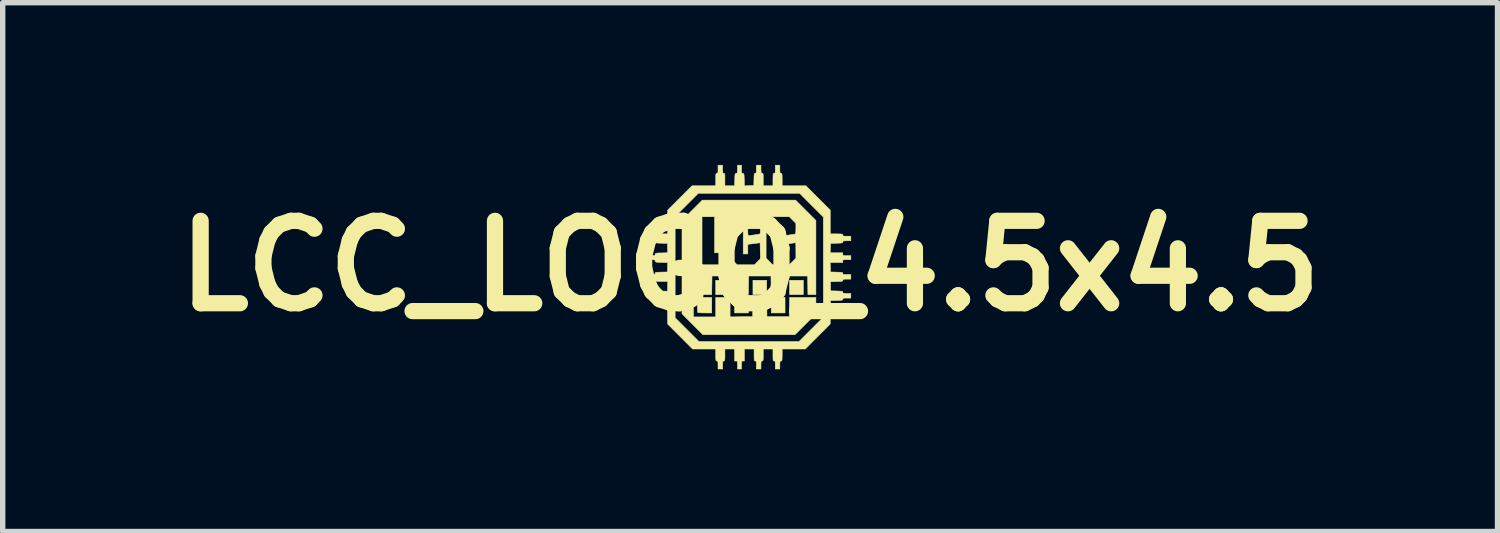
<source format=kicad_pcb>
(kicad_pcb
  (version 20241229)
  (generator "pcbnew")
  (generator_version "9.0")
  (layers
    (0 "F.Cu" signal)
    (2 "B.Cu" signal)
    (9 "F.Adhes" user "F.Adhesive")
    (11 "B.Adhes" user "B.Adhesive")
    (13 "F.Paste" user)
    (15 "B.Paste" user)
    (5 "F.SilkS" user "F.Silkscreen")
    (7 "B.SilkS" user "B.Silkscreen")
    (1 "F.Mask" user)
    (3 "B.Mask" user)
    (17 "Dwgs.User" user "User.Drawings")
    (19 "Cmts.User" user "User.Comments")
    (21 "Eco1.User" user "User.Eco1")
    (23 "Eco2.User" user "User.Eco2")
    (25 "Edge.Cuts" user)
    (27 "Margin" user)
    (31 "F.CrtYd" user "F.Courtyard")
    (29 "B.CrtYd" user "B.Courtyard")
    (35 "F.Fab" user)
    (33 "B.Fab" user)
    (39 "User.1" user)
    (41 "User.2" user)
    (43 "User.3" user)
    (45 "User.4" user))
  (footprint "LCC_LOGO_4.5x4.5"
    (layer "F.Cu")
    (at 10.82 1.868)
    (property "Reference" "LCC_LOGO_4.5x4.5" (at 0 0 0) (layer "F.SilkS") (effects (font (size 1.524 1.524) (thickness 0.3))))
    (attr through_hole)
    (fp_poly (pts (xy -0.37 0.529) (xy -0.635 0.529) (xy -0.635 0.265) (xy -0.37 0.265) (xy -0.37 0.529)) (stroke (width 0.01) (type solid)) (fill yes) (layer "F.SilkS"))
    (fp_poly (pts (xy -0.032 0.868) (xy -0.286 0.868) (xy -0.286 0.582) (xy -0.032 0.582) (xy -0.032 0.868)) (stroke (width 0.01) (type solid)) (fill yes) (layer "F.SilkS"))
    (fp_poly (pts (xy 0.307 0.529) (xy 0.053 0.529) (xy 0.053 0.265) (xy 0.307 0.265) (xy 0.307 0.529)) (stroke (width 0.01) (type solid)) (fill yes) (layer "F.SilkS"))
    (fp_poly (pts (xy 0.646 0.868) (xy 0.392 0.868) (xy 0.392 0.582) (xy 0.646 0.582) (xy 0.646 0.868)) (stroke (width 0.01) (type solid)) (fill yes) (layer "F.SilkS"))
    (fp_poly (pts (xy 0.984 0.529) (xy 0.73 0.529) (xy 0.73 0.265) (xy 0.984 0.265) (xy 0.984 0.529)) (stroke (width 0.01) (type solid)) (fill yes) (layer "F.SilkS"))
    (fp_poly (pts (xy -0.709 0.868) (xy -0.834 0.868) (xy -0.884 0.867) (xy -0.925 0.866) (xy -0.954 0.863) (xy -0.967 0.861) (xy -0.969 0.848) (xy -0.971 0.818) (xy -0.973 0.776) (xy -0.974 0.725) (xy -0.974 0.718) (xy -0.974 0.582) (xy -0.709 0.582) (xy -0.709 0.868)) (stroke (width 0.01) (type solid)) (fill yes) (layer "F.SilkS"))
    (fp_poly (pts (xy -1.048 0.942) (xy -0.635 0.942) (xy -0.635 0.582) (xy -0.37 0.582) (xy -0.37 0.942) (xy -0.161 0.939) (xy 0.048 0.937) (xy 0.051 0.759) (xy 0.053 0.582) (xy 0.306 0.582) (xy 0.312 0.937) (xy 0.725 0.937) (xy 0.728 0.759) (xy 0.731 0.582) (xy 1.217 0.582) (xy 1.217 0.884) (xy 1.024 1.077) (xy 0.831 1.27) (xy -0.873 1.27) (xy -1.066 1.077) (xy -1.259 0.883) (xy -1.259 0.582) (xy -1.048 0.582) (xy -1.048 0.942)) (stroke (width 0.01) (type solid)) (fill yes) (layer "F.SilkS"))
    (fp_poly (pts (xy 1.029 -1.029) (xy 1.217 -0.841) (xy 1.217 0.529) (xy 1.069 0.529) (xy 1.067 0.357) (xy 1.064 0.185) (xy 0.651 0.185) (xy 0.645 0.529) (xy 0.392 0.529) (xy 0.386 0.185) (xy -0.026 0.185) (xy -0.032 0.529) (xy -0.285 0.529) (xy -0.291 0.185) (xy -0.704 0.185) (xy -0.71 0.529) (xy -1.259 0.529) (xy -1.259 -0.841) (xy -1.19 -0.91) (xy -0.889 -0.91) (xy -0.889 -0.021) (xy -0.455 -0.021) (xy -0.455 -0.243) (xy -0.656 -0.243) (xy -0.656 -0.788) (xy -0.36 -0.788) (xy -0.36 -0.143) (xy -0.239 -0.021) (xy 0.08 -0.021) (xy 0.136 -0.077) (xy 0.191 -0.134) (xy 0.188 -0.281) (xy 0.185 -0.429) (xy 0.071 -0.414) (xy -0.042 -0.4) (xy -0.042 -0.222) (xy -0.127 -0.222) (xy -0.127 -0.709) (xy -0.042 -0.709) (xy -0.042 -0.635) (xy -0.041 -0.598) (xy -0.038 -0.572) (xy -0.033 -0.561) (xy -0.033 -0.561) (xy -0.015 -0.562) (xy 0.016 -0.566) (xy 0.056 -0.571) (xy 0.098 -0.577) (xy 0.135 -0.582) (xy 0.161 -0.587) (xy 0.167 -0.588) (xy 0.178 -0.592) (xy 0.185 -0.6) (xy 0.189 -0.616) (xy 0.19 -0.646) (xy 0.191 -0.69) (xy 0.191 -0.788) (xy 0.179 -0.8) (xy 0.296 -0.8) (xy 0.296 -0.143) (xy 0.417 -0.021) (xy 0.724 -0.021) (xy 0.847 -0.142) (xy 0.847 -0.289) (xy 0.846 -0.347) (xy 0.846 -0.387) (xy 0.844 -0.413) (xy 0.84 -0.426) (xy 0.835 -0.431) (xy 0.828 -0.43) (xy 0.81 -0.426) (xy 0.776 -0.421) (xy 0.734 -0.415) (xy 0.712 -0.412) (xy 0.614 -0.399) (xy 0.614 -0.222) (xy 0.529 -0.222) (xy 0.529 -0.709) (xy 0.614 -0.709) (xy 0.614 -0.635) (xy 0.615 -0.598) (xy 0.618 -0.572) (xy 0.623 -0.561) (xy 0.624 -0.561) (xy 0.641 -0.562) (xy 0.672 -0.566) (xy 0.712 -0.571) (xy 0.754 -0.577) (xy 0.791 -0.582) (xy 0.817 -0.587) (xy 0.823 -0.588) (xy 0.834 -0.592) (xy 0.841 -0.6) (xy 0.845 -0.616) (xy 0.846 -0.646) (xy 0.847 -0.69) (xy 0.847 -0.788) (xy 0.726 -0.91) (xy 0.408 -0.91) (xy 0.296 -0.8) (xy 0.179 -0.8) (xy 0.069 -0.91) (xy -0.239 -0.91) (xy -0.36 -0.788) (xy -0.656 -0.788) (xy -0.656 -0.91) (xy -0.889 -0.91) (xy -1.19 -0.91) (xy -1.072 -1.029) (xy -0.884 -1.217) (xy 0.842 -1.217) (xy 1.029 -1.029)) (stroke (width 0.01) (type solid)) (fill yes) (layer "F.SilkS"))
    (fp_poly (pts (xy -0.508 -1.789) (xy -0.507 -1.75) (xy -0.505 -1.727) (xy -0.499 -1.717) (xy -0.489 -1.715) (xy -0.487 -1.714) (xy -0.478 -1.713) (xy -0.471 -1.707) (xy -0.468 -1.691) (xy -0.466 -1.664) (xy -0.466 -1.62) (xy -0.466 -1.598) (xy -0.466 -1.482) (xy -0.286 -1.482) (xy -0.283 -1.595) (xy -0.282 -1.646) (xy -0.28 -1.679) (xy -0.276 -1.698) (xy -0.271 -1.708) (xy -0.262 -1.712) (xy -0.257 -1.713) (xy -0.244 -1.716) (xy -0.237 -1.725) (xy -0.234 -1.745) (xy -0.233 -1.78) (xy -0.233 -1.789) (xy -0.233 -1.863) (xy -0.159 -1.863) (xy -0.159 -1.789) (xy -0.158 -1.751) (xy -0.156 -1.728) (xy -0.149 -1.717) (xy -0.138 -1.713) (xy -0.135 -1.713) (xy -0.124 -1.71) (xy -0.117 -1.703) (xy -0.113 -1.688) (xy -0.11 -1.662) (xy -0.109 -1.619) (xy -0.108 -1.595) (xy -0.105 -1.481) (xy 0.069 -1.487) (xy 0.072 -1.601) (xy 0.073 -1.651) (xy 0.076 -1.684) (xy 0.079 -1.703) (xy 0.085 -1.712) (xy 0.093 -1.714) (xy 0.096 -1.714) (xy 0.107 -1.717) (xy 0.113 -1.726) (xy 0.116 -1.747) (xy 0.116 -1.784) (xy 0.116 -1.789) (xy 0.116 -1.863) (xy 0.201 -1.863) (xy 0.201 -1.789) (xy 0.202 -1.75) (xy 0.204 -1.727) (xy 0.21 -1.717) (xy 0.221 -1.715) (xy 0.222 -1.714) (xy 0.232 -1.713) (xy 0.238 -1.707) (xy 0.241 -1.691) (xy 0.243 -1.664) (xy 0.243 -1.62) (xy 0.243 -1.598) (xy 0.243 -1.482) (xy 0.423 -1.482) (xy 0.423 -1.598) (xy 0.424 -1.649) (xy 0.425 -1.682) (xy 0.428 -1.702) (xy 0.433 -1.711) (xy 0.441 -1.714) (xy 0.445 -1.714) (xy 0.456 -1.716) (xy 0.462 -1.726) (xy 0.465 -1.746) (xy 0.466 -1.783) (xy 0.466 -1.789) (xy 0.466 -1.863) (xy 0.55 -1.863) (xy 0.55 -1.789) (xy 0.551 -1.75) (xy 0.553 -1.727) (xy 0.559 -1.717) (xy 0.57 -1.715) (xy 0.572 -1.714) (xy 0.581 -1.713) (xy 0.587 -1.707) (xy 0.59 -1.691) (xy 0.592 -1.664) (xy 0.593 -1.62) (xy 0.593 -1.598) (xy 0.593 -1.482) (xy 1.032 -1.482) (xy 1.257 -1.257) (xy 1.482 -1.032) (xy 1.482 -0.593) (xy 1.598 -0.593) (xy 1.649 -0.592) (xy 1.682 -0.591) (xy 1.702 -0.588) (xy 1.711 -0.583) (xy 1.714 -0.575) (xy 1.714 -0.572) (xy 1.716 -0.56) (xy 1.726 -0.554) (xy 1.746 -0.551) (xy 1.783 -0.55) (xy 1.789 -0.55) (xy 1.863 -0.55) (xy 1.863 -0.466) (xy 1.789 -0.466) (xy 1.75 -0.465) (xy 1.727 -0.462) (xy 1.717 -0.457) (xy 1.715 -0.446) (xy 1.714 -0.445) (xy 1.713 -0.436) (xy 1.706 -0.429) (xy 1.689 -0.425) (xy 1.66 -0.423) (xy 1.614 -0.421) (xy 1.601 -0.421) (xy 1.487 -0.418) (xy 1.484 -0.331) (xy 1.481 -0.243) (xy 1.714 -0.243) (xy 1.714 -0.217) (xy 1.716 -0.203) (xy 1.722 -0.195) (xy 1.738 -0.192) (xy 1.769 -0.191) (xy 1.789 -0.191) (xy 1.863 -0.191) (xy 1.863 -0.116) (xy 1.789 -0.116) (xy 1.75 -0.116) (xy 1.728 -0.114) (xy 1.718 -0.108) (xy 1.715 -0.097) (xy 1.714 -0.09) (xy 1.714 -0.064) (xy 1.481 -0.064) (xy 1.484 0.024) (xy 1.487 0.111) (xy 1.601 0.114) (xy 1.651 0.116) (xy 1.684 0.118) (xy 1.703 0.121) (xy 1.712 0.127) (xy 1.714 0.136) (xy 1.714 0.138) (xy 1.717 0.149) (xy 1.726 0.155) (xy 1.747 0.158) (xy 1.784 0.159) (xy 1.789 0.159) (xy 1.863 0.159) (xy 1.863 0.243) (xy 1.789 0.243) (xy 1.75 0.244) (xy 1.727 0.247) (xy 1.717 0.253) (xy 1.715 0.263) (xy 1.714 0.264) (xy 1.713 0.273) (xy 1.706 0.28) (xy 1.689 0.284) (xy 1.66 0.286) (xy 1.614 0.288) (xy 1.601 0.288) (xy 1.487 0.291) (xy 1.487 0.46) (xy 1.601 0.463) (xy 1.651 0.465) (xy 1.684 0.467) (xy 1.703 0.471) (xy 1.712 0.476) (xy 1.714 0.485) (xy 1.714 0.487) (xy 1.717 0.498) (xy 1.726 0.504) (xy 1.747 0.507) (xy 1.784 0.508) (xy 1.789 0.508) (xy 1.863 0.508) (xy 1.863 0.593) (xy 1.789 0.593) (xy 1.75 0.593) (xy 1.727 0.596) (xy 1.717 0.602) (xy 1.715 0.612) (xy 1.714 0.613) (xy 1.713 0.623) (xy 1.706 0.629) (xy 1.689 0.633) (xy 1.66 0.635) (xy 1.614 0.637) (xy 1.601 0.637) (xy 1.487 0.64) (xy 1.484 0.857) (xy 1.481 1.074) (xy 1.251 1.304) (xy 1.021 1.535) (xy 0.593 1.535) (xy 0.593 1.646) (xy 0.592 1.695) (xy 0.591 1.727) (xy 0.588 1.746) (xy 0.583 1.754) (xy 0.574 1.757) (xy 0.572 1.757) (xy 0.56 1.759) (xy 0.554 1.768) (xy 0.551 1.788) (xy 0.55 1.825) (xy 0.55 1.831) (xy 0.55 1.905) (xy 0.466 1.905) (xy 0.466 1.831) (xy 0.465 1.792) (xy 0.463 1.77) (xy 0.457 1.759) (xy 0.446 1.757) (xy 0.445 1.757) (xy 0.435 1.755) (xy 0.429 1.749) (xy 0.425 1.733) (xy 0.424 1.705) (xy 0.423 1.66) (xy 0.423 1.646) (xy 0.423 1.535) (xy 0.243 1.535) (xy 0.243 1.646) (xy 0.243 1.695) (xy 0.242 1.727) (xy 0.239 1.746) (xy 0.233 1.754) (xy 0.225 1.757) (xy 0.222 1.757) (xy 0.211 1.759) (xy 0.205 1.768) (xy 0.202 1.788) (xy 0.201 1.825) (xy 0.201 1.831) (xy 0.201 1.905) (xy 0.116 1.905) (xy 0.116 1.831) (xy 0.116 1.792) (xy 0.113 1.77) (xy 0.107 1.759) (xy 0.097 1.757) (xy 0.095 1.757) (xy 0.086 1.755) (xy 0.08 1.749) (xy 0.076 1.733) (xy 0.075 1.705) (xy 0.074 1.66) (xy 0.074 1.646) (xy 0.074 1.535) (xy -0.106 1.535) (xy -0.106 1.757) (xy -0.132 1.757) (xy -0.146 1.758) (xy -0.154 1.764) (xy -0.158 1.78) (xy -0.159 1.811) (xy -0.159 1.831) (xy -0.159 1.905) (xy -0.233 1.905) (xy -0.233 1.831) (xy -0.233 1.792) (xy -0.235 1.77) (xy -0.241 1.76) (xy -0.252 1.757) (xy -0.259 1.757) (xy -0.286 1.757) (xy -0.286 1.535) (xy -0.466 1.535) (xy -0.466 1.646) (xy -0.466 1.695) (xy -0.467 1.727) (xy -0.47 1.746) (xy -0.476 1.754) (xy -0.484 1.757) (xy -0.487 1.757) (xy -0.498 1.759) (xy -0.504 1.768) (xy -0.507 1.788) (xy -0.508 1.825) (xy -0.508 1.831) (xy -0.508 1.905) (xy -0.593 1.905) (xy -0.593 1.831) (xy -0.593 1.792) (xy -0.596 1.77) (xy -0.602 1.759) (xy -0.612 1.757) (xy -0.614 1.757) (xy -0.623 1.755) (xy -0.629 1.749) (xy -0.633 1.733) (xy -0.635 1.705) (xy -0.635 1.66) (xy -0.635 1.646) (xy -0.635 1.535) (xy -1.064 1.535) (xy -1.294 1.304) (xy -1.524 1.074) (xy -1.526 0.857) (xy -1.529 0.64) (xy -1.643 0.637) (xy -1.693 0.636) (xy -1.726 0.633) (xy -1.745 0.63) (xy -1.754 0.624) (xy -1.757 0.616) (xy -1.757 0.613) (xy -1.759 0.603) (xy -1.768 0.596) (xy -1.789 0.593) (xy -1.826 0.593) (xy -1.831 0.593) (xy -1.905 0.593) (xy -1.905 0.508) (xy -1.831 0.508) (xy -1.792 0.507) (xy -1.77 0.505) (xy -1.759 0.499) (xy -1.757 0.489) (xy -1.757 0.487) (xy -1.755 0.478) (xy -1.749 0.471) (xy -1.734 0.468) (xy -1.706 0.466) (xy -1.662 0.466) (xy -1.64 0.466) (xy -1.524 0.466) (xy -1.524 0.286) (xy -1.64 0.286) (xy -1.691 0.286) (xy -1.725 0.284) (xy -1.744 0.282) (xy -1.754 0.277) (xy -1.757 0.269) (xy -1.757 0.265) (xy -1.759 0.253) (xy -1.768 0.247) (xy -1.788 0.244) (xy -1.825 0.243) (xy -1.831 0.243) (xy -1.905 0.243) (xy -1.905 0.159) (xy -1.831 0.159) (xy -1.792 0.158) (xy -1.77 0.156) (xy -1.759 0.15) (xy -1.757 0.139) (xy -1.757 0.138) (xy -1.755 0.129) (xy -1.748 0.122) (xy -1.732 0.119) (xy -1.702 0.116) (xy -1.656 0.114) (xy -1.643 0.114) (xy -1.529 0.111) (xy -1.526 0.024) (xy -1.523 -0.063) (xy -1.637 -0.066) (xy -1.688 -0.067) (xy -1.721 -0.069) (xy -1.74 -0.073) (xy -1.75 -0.079) (xy -1.754 -0.088) (xy -1.755 -0.093) (xy -1.758 -0.105) (xy -1.768 -0.112) (xy -1.787 -0.116) (xy -1.822 -0.116) (xy -1.832 -0.116) (xy -1.905 -0.116) (xy -1.905 -0.191) (xy -1.832 -0.191) (xy -1.793 -0.191) (xy -1.771 -0.194) (xy -1.76 -0.2) (xy -1.755 -0.211) (xy -1.755 -0.214) (xy -1.752 -0.225) (xy -1.746 -0.232) (xy -1.731 -0.236) (xy -1.704 -0.239) (xy -1.662 -0.24) (xy -1.637 -0.241) (xy -1.523 -0.244) (xy -1.529 -0.418) (xy -1.643 -0.421) (xy -1.693 -0.423) (xy -1.726 -0.425) (xy -1.745 -0.428) (xy -1.754 -0.434) (xy -1.757 -0.442) (xy -1.757 -0.445) (xy -1.759 -0.456) (xy -1.768 -0.462) (xy -1.789 -0.465) (xy -1.826 -0.466) (xy -1.831 -0.466) (xy -1.905 -0.466) (xy -1.905 -0.55) (xy -1.831 -0.55) (xy -1.792 -0.551) (xy -1.77 -0.553) (xy -1.759 -0.559) (xy -1.757 -0.57) (xy -1.757 -0.572) (xy -1.755 -0.581) (xy -1.749 -0.587) (xy -1.734 -0.59) (xy -1.706 -0.592) (xy -1.662 -0.593) (xy -1.64 -0.593) (xy -1.524 -0.593) (xy -1.524 -0.916) (xy -1.386 -0.916) (xy -1.386 0.958) (xy -1.167 1.177) (xy -0.947 1.397) (xy 0.905 1.397) (xy 1.355 0.947) (xy 1.355 -0.905) (xy 1.135 -1.124) (xy 0.916 -1.344) (xy -0.958 -1.344) (xy -1.386 -0.916) (xy -1.524 -0.916) (xy -1.524 -1.032) (xy -1.299 -1.257) (xy -1.074 -1.482) (xy -0.635 -1.482) (xy -0.635 -1.598) (xy -0.635 -1.649) (xy -0.634 -1.682) (xy -0.631 -1.702) (xy -0.626 -1.711) (xy -0.618 -1.714) (xy -0.614 -1.714) (xy -0.603 -1.716) (xy -0.596 -1.726) (xy -0.593 -1.746) (xy -0.593 -1.783) (xy -0.593 -1.789) (xy -0.593 -1.863) (xy -0.508 -1.863) (xy -0.508 -1.789)) (stroke (width 0.01) (type solid)) (fill yes) (layer "F.SilkS")))
  (gr_rect
    (start -3 -3)
    (end 24.641 6.778)
    (stroke (width 0.1) (type default))
    (fill no)
    (layer "Edge.Cuts")))
</source>
